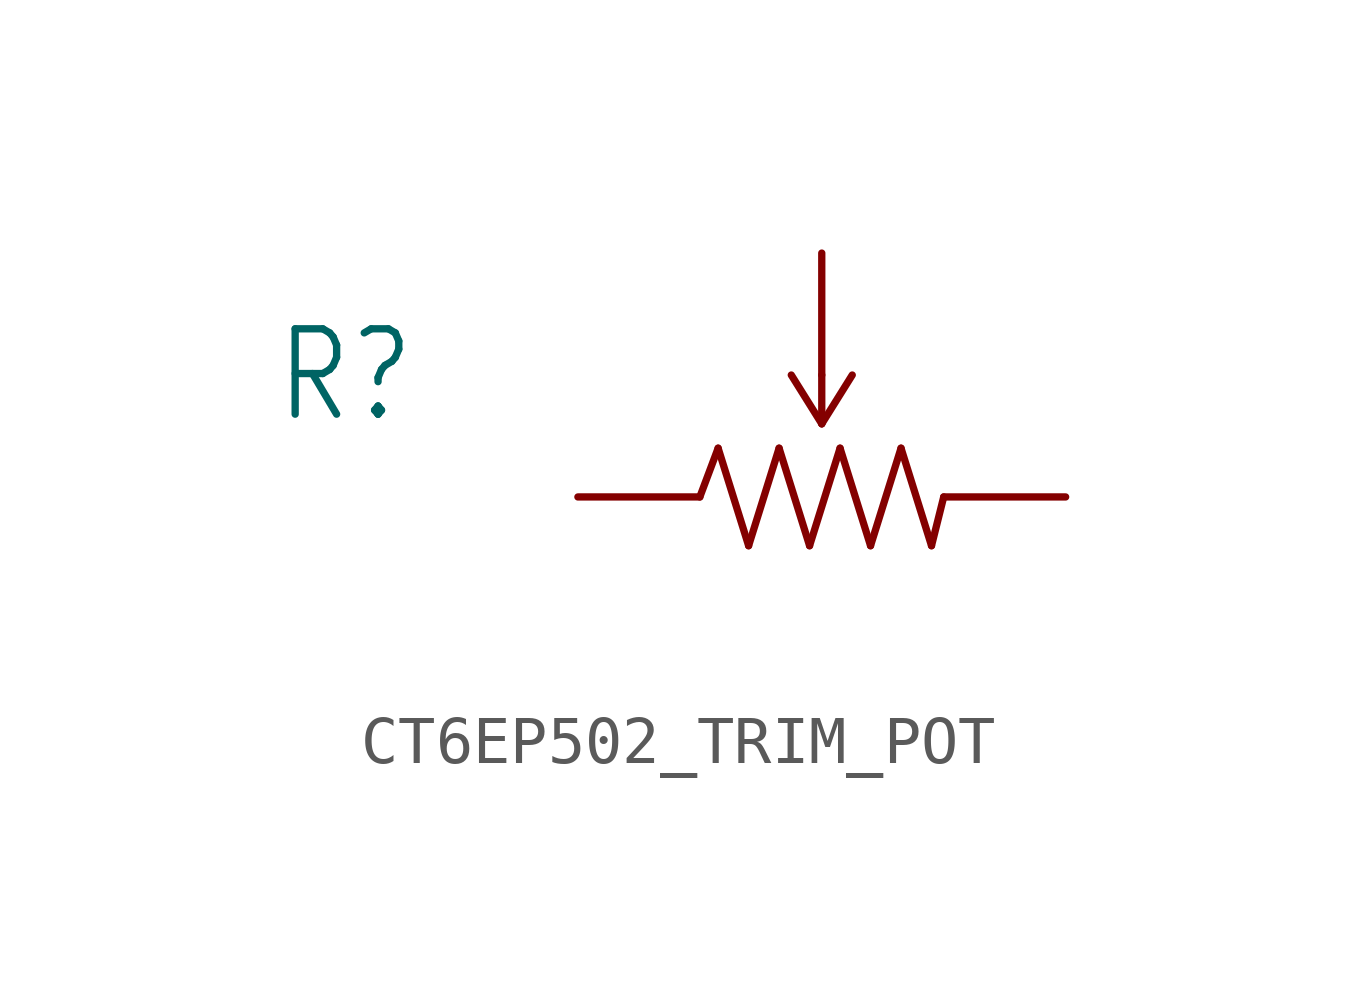
<source format=kicad_sym>
(kicad_symbol_lib
  (version 20220914)
  (generator kicad_symbol_editor)
  (symbol "CT6EP502_TRIM_POT"
    (property "Reference" "R"
      (at -11.43 1.499 0)
      (effects (font (size 1.778 1.511)) (justify left bottom)))
    (property "Value" ""
      (at -3.81 -3.302 0)
      (effects (font (size 1.778 1.511)) (justify left bottom)))
    (property "ki_locked" ""
      (at 0 0 0)
      (effects (font (size 1.27 1.27))))
    (symbol "CT6EP502_TRIM_POT_1_0"
      (polyline (pts (xy -2.54 0) (xy -2.159 1.016)) (stroke (width 0.152) (type solid)) (fill (type none)))
      (polyline (pts (xy -2.159 1.016) (xy -1.524 -1.016)) (stroke (width 0.152) (type solid)) (fill (type none)))
      (polyline (pts (xy -1.524 -1.016) (xy -0.889 1.016)) (stroke (width 0.152) (type solid)) (fill (type none)))
      (polyline (pts (xy -0.889 1.016) (xy -0.254 -1.016)) (stroke (width 0.152) (type solid)) (fill (type none)))
      (polyline (pts (xy -0.635 2.54) (xy 0 1.524)) (stroke (width 0.152) (type solid)) (fill (type none)))
      (polyline (pts (xy -0.254 -1.016) (xy 0.381 1.016)) (stroke (width 0.152) (type solid)) (fill (type none)))
      (polyline (pts (xy 0 1.524) (xy 0.635 2.54)) (stroke (width 0.152) (type solid)) (fill (type none)))
      (polyline (pts (xy 0 2.54) (xy 0 1.524)) (stroke (width 0.152) (type solid)) (fill (type none)))
      (polyline (pts (xy 0.381 1.016) (xy 1.016 -1.016)) (stroke (width 0.152) (type solid)) (fill (type none)))
      (polyline (pts (xy 1.016 -1.016) (xy 1.651 1.016)) (stroke (width 0.152) (type solid)) (fill (type none)))
      (polyline (pts (xy 1.651 1.016) (xy 2.286 -1.016)) (stroke (width 0.152) (type solid)) (fill (type none)))
      (polyline (pts (xy 2.286 -1.016) (xy 2.54 0)) (stroke (width 0.152) (type solid)) (fill (type none)))
      (pin passive line (at -5.08 0 0) (length 2.54) (name "CCW" (effects (font (size 0 0)))) (number "1" (effects (font (size 0 0)))))
      (pin passive line (at 0 5.08 270) (length 2.54) (name "WIPER" (effects (font (size 0 0)))) (number "2" (effects (font (size 0 0)))))
      (pin passive line (at 5.08 0 180) (length 2.54) (name "CW" (effects (font (size 0 0)))) (number "3" (effects (font (size 0 0))))))))
</source>
